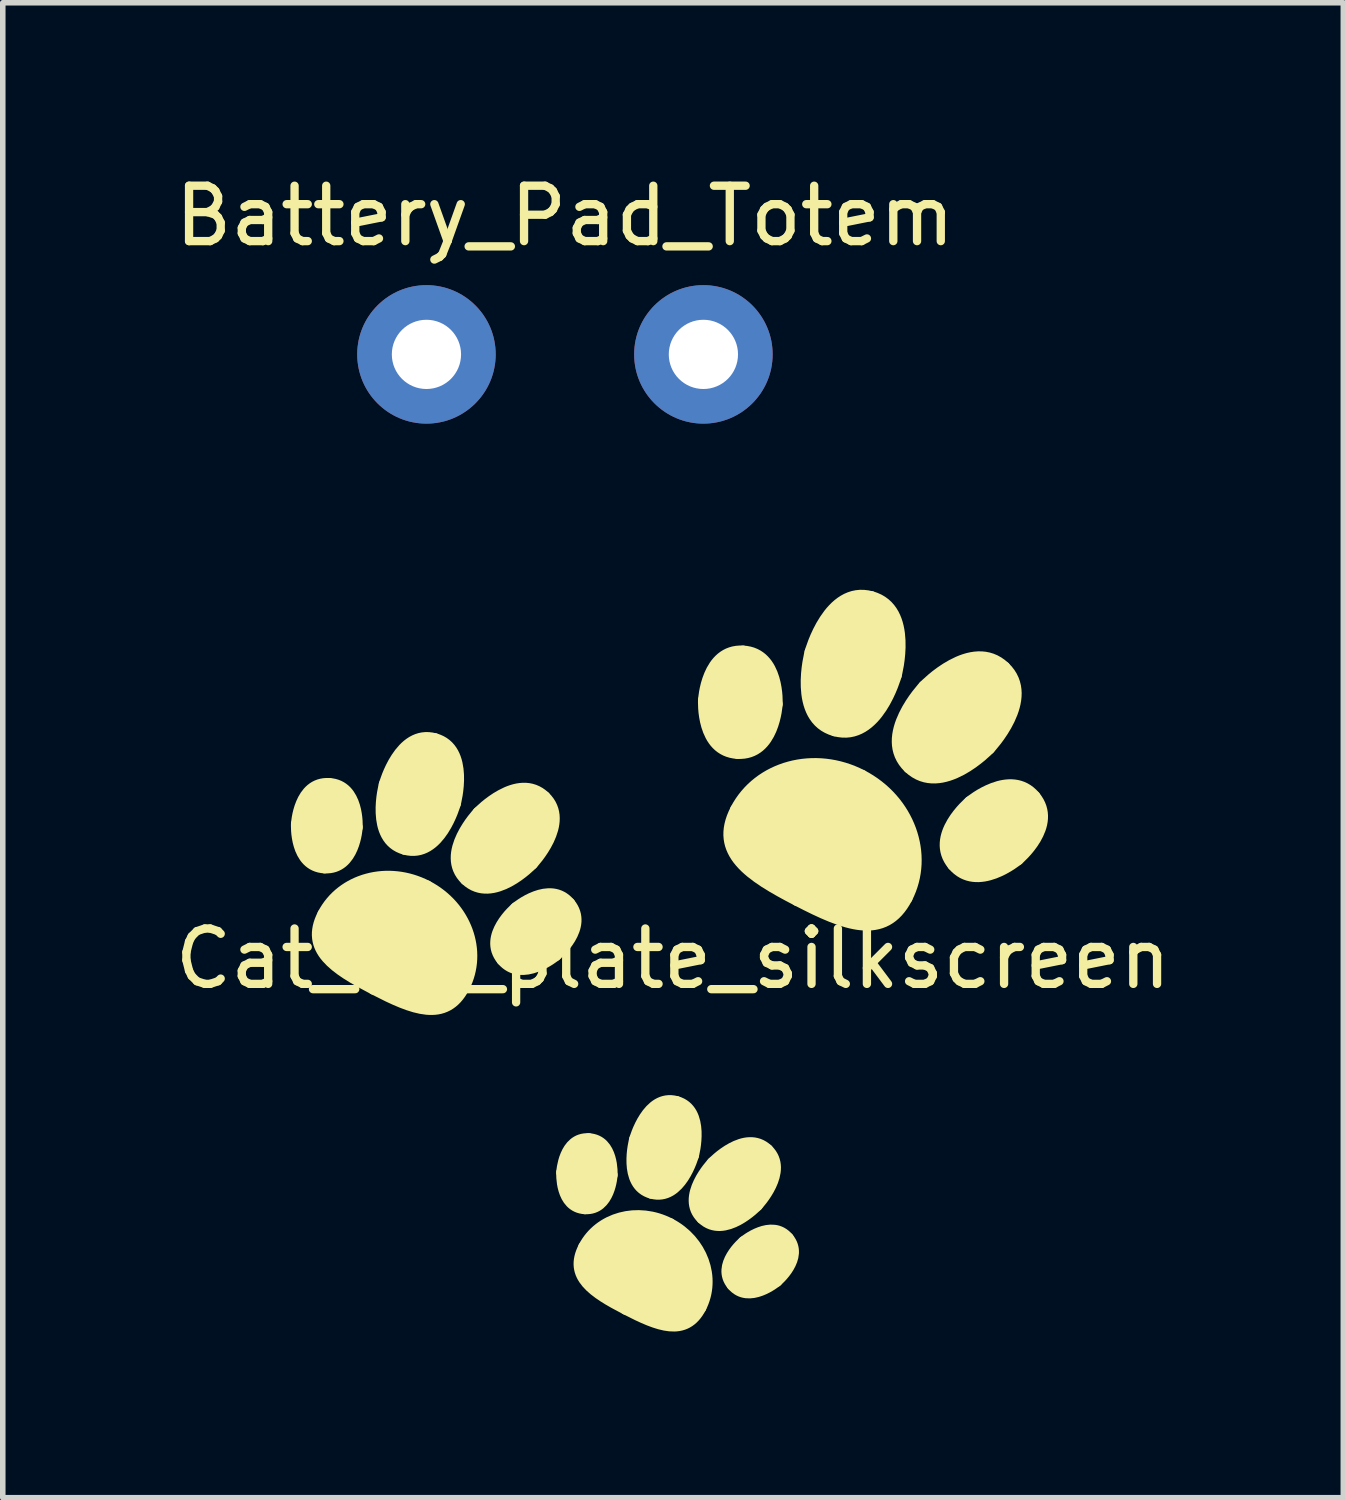
<source format=kicad_pcb>
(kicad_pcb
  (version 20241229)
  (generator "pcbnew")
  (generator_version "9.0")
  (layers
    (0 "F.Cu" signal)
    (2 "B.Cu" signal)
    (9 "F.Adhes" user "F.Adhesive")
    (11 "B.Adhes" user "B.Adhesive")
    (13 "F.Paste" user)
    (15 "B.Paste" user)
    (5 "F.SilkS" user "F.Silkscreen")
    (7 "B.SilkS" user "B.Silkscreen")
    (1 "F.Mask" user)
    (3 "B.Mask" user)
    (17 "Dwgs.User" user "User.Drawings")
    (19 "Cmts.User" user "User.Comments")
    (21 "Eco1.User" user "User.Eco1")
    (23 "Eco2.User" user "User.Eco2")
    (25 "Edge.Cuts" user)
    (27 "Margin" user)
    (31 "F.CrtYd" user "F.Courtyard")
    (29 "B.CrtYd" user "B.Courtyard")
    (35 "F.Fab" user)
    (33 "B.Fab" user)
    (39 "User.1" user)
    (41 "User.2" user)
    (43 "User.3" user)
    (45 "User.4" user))
  (footprint "Battery_Pad_Totem"
    (layer "F.Cu")
    (at 7.149 3.348)
    (property "Reference" "Battery_Pad_Totem" (at 0 -2.5 0) (unlocked yes) (layer "F.SilkS") (effects (font (size 1 1) (thickness 0.15))))
    (attr through_hole)
    (pad "1" thru_hole circle (at -2.5 0) (size 2.5 2.5) (drill 1.25) (layers "*.Cu" "*.Mask"))
    (pad "2" thru_hole circle (at 2.5 0) (size 2.5 2.5) (drill 1.25) (layers "*.Cu" "*.Mask")))
  (footprint "Cat_60_plate_silkscreen"
    (layer "F.Cu")
    (at 9.101 14.758)
    (property "Reference" "Cat_60_plate_silkscreen" (at 0 -0.5 0) (unlocked yes) (layer "F.SilkS") (effects (font (size 1 1) (thickness 0.15))))
    (fp_poly (pts (xy -1.25 3.025) (xy -1.15 3.406) (xy -1.275 3.75) (xy -1.589 3.95) (xy -1.85 3.75) (xy -1.95 3.358) (xy -1.85 3.05) (xy -1.521 2.825)) (stroke (width 0.15) (type solid)) (fill yes) (layer "F.SilkS"))
    (fp_poly (pts (xy 2.05 4.975) (xy 1.85 5.275) (xy 1.45 5.425) (xy 1.1 5.375) (xy 1.05 5.075) (xy 1.275 4.675) (xy 1.65 4.525) (xy 2.05 4.575)) (stroke (width 0.15) (type solid)) (fill yes) (layer "F.SilkS"))
    (fp_poly (pts (xy 0.275 2.4) (xy 0.35 2.7) (xy 0.3 3.053) (xy 0.125 3.375) (xy -0.075 3.6) (xy -0.39 3.675) (xy -0.575 3.5) (xy -0.675 3.15) (xy -0.65 2.762) (xy -0.425 2.375) (xy -0.225 2.2) (xy 0.064 2.15)) (stroke (width 0.15) (type solid)) (fill yes) (layer "F.SilkS"))
    (fp_poly (pts (xy 1.625 -5.825) (xy 1.8 -5.475) (xy 1.879 -5.094) (xy 1.75 -4.675) (xy 1.5 -4.35) (xy 1.165 -4.207) (xy 0.875 -4.375) (xy 0.65 -4.725) (xy 0.575 -5.166) (xy 0.75 -5.675) (xy 0.95 -5.925) (xy 1.264 -6.053)) (stroke (width 0.15) (type solid)) (fill yes) (layer "F.SilkS"))
    (fp_poly (pts (xy 1.75 3.325) (xy 1.65 3.631) (xy 1.5 3.875) (xy 1.249 4.125) (xy 0.85 4.225) (xy 0.55 4.125) (xy 0.45 3.814) (xy 0.55 3.525) (xy 0.75 3.225) (xy 1.05 3.025) (xy 1.35 2.925) (xy 1.65 2.975)) (stroke (width 0.15) (type solid)) (fill yes) (layer "F.SilkS"))
    (fp_poly (pts (xy 6.6 -3.175) (xy 6.6 -2.9) (xy 6.45 -2.6) (xy 6.229 -2.325) (xy 6 -2.175) (xy 5.75 -2.075) (xy 5.45 -2.025) (xy 5.275 -2.05) (xy 5.075 -2.192) (xy 4.975 -2.475) (xy 5.05 -2.825) (xy 5.15 -3.027) (xy 5.355 -3.3) (xy 5.65 -3.45) (xy 5.95 -3.575) (xy 6.175 -3.575) (xy 6.35 -3.525) (xy 6.5 -3.43)) (stroke (width 0.15) (type solid)) (fill yes) (layer "F.SilkS"))
    (fp_poly (pts (xy 3.65 -3.625) (xy 3.925 -3.325) (xy 4.225 -2.825) (xy 4.35 -2.125) (xy 4.2 -1.593) (xy 3.9 -1.275) (xy 3.525 -1.15) (xy 3.15 -1.2) (xy 2.8 -1.325) (xy 2.24 -1.6) (xy 1.525 -2.025) (xy 1.225 -2.325) (xy 1.075 -2.75) (xy 1.175 -3.194) (xy 1.5 -3.575) (xy 1.85 -3.8) (xy 2.275 -3.925) (xy 2.6 -3.975) (xy 2.9 -3.925) (xy 3.375 -3.775)) (stroke (width 0.15) (type solid)) (fill yes) (layer "F.SilkS"))
    (fp_poly (pts (xy 3.915 -6.765) (xy 4.045 -6.345) (xy 4.055 -6.035) (xy 3.935 -5.485) (xy 3.765 -5.105) (xy 3.405 -4.695) (xy 2.92 -4.615) (xy 2.735 -4.705) (xy 2.55 -4.885) (xy 2.45 -5.105) (xy 2.405 -5.355) (xy 2.405 -5.595) (xy 2.435 -5.825) (xy 2.475 -6.038) (xy 2.565 -6.275) (xy 2.655 -6.459) (xy 2.774 -6.65) (xy 2.925 -6.825) (xy 3.125 -6.975) (xy 3.375 -7.05) (xy 3.583 -7.035)) (stroke (width 0.15) (type solid)) (fill yes) (layer "F.SilkS"))
    (fp_poly (pts (xy -6.05 -3.575) (xy -5.925 -3.475) (xy -5.85 -3.35) (xy -5.8 -3.2) (xy -5.75 -3.05) (xy -5.75 -2.871) (xy -5.775 -2.685) (xy -5.85 -2.525) (xy -5.95 -2.375) (xy -6.05 -2.275) (xy -6.147 -2.2) (xy -6.291 -2.175) (xy -6.45 -2.225) (xy -6.558 -2.35) (xy -6.675 -2.525) (xy -6.75 -2.725) (xy -6.75 -2.925) (xy -6.7 -3.175) (xy -6.625 -3.375) (xy -6.5 -3.525) (xy -6.375 -3.6) (xy -6.21 -3.625)) (stroke (width 0.15) (type solid)) (fill yes) (layer "F.SilkS"))
    (fp_poly (pts (xy -4.075 -1.475) (xy -3.825 -1.075) (xy -3.725 -0.625) (xy -3.7 -0.375) (xy -3.825 0.016) (xy -4.075 0.275) (xy -4.4 0.35) (xy -4.85 0.25) (xy -5.15 0.125) (xy -5.405 0) (xy -5.775 -0.225) (xy -6.05 -0.425) (xy -6.25 -0.65) (xy -6.35 -0.85) (xy -6.35 -1.075) (xy -6.275 -1.305) (xy -6.15 -1.475) (xy -6.025 -1.6) (xy -5.775 -1.775) (xy -5.425 -1.9) (xy -5.1 -1.925) (xy -4.8 -1.9) (xy -4.44 -1.75)) (stroke (width 0.15) (type solid)) (fill yes) (layer "F.SilkS"))
    (fp_poly (pts (xy -1.85 -1.375) (xy -1.825 -1.225) (xy -1.825 -1.075) (xy -1.9 -0.95) (xy -1.975 -0.825) (xy -2.1 -0.675) (xy -2.25 -0.55) (xy -2.45 -0.425) (xy -2.625 -0.375) (xy -2.825 -0.375) (xy -2.95 -0.45) (xy -3.075 -0.575) (xy -3.125 -0.725) (xy -3.125 -0.875) (xy -3.05 -1.075) (xy -2.95 -1.225) (xy -2.837 -1.375) (xy -2.65 -1.5) (xy -2.5 -1.575) (xy -2.325 -1.625) (xy -2.15 -1.625) (xy -2.025 -1.575) (xy -1.925 -1.499)) (stroke (width 0.15) (type solid)) (fill yes) (layer "F.SilkS"))
    (fp_poly (pts (xy -0.375 4.2) (xy -0.075 4.325) (xy 0.2 4.525) (xy 0.375 4.75) (xy 0.525 5.125) (xy 0.55 5.4) (xy 0.475 5.725) (xy 0.35 5.925) (xy 0.15 6.05) (xy -0.025 6.1) (xy -0.225 6.075) (xy -0.5 5.975) (xy -0.775 5.85) (xy -1.05 5.7) (xy -1.3 5.55) (xy -1.525 5.325) (xy -1.625 5.125) (xy -1.625 4.9) (xy -1.55 4.67) (xy -1.4 4.475) (xy -1.125 4.275) (xy -0.875 4.2) (xy -0.625 4.175)) (stroke (width 0.15) (type solid)) (fill yes) (layer "F.SilkS"))
    (fp_poly (pts (xy 5.775 -5.875) (xy 5.925 -5.8) (xy 6.05 -5.65) (xy 6.15 -5.4) (xy 6.125 -5.05) (xy 6 -4.75) (xy 5.75 -4.375) (xy 5.425 -4.075) (xy 5.05 -3.875) (xy 4.75 -3.8) (xy 4.475 -3.85) (xy 4.256 -4) (xy 4.15 -4.125) (xy 4.1 -4.325) (xy 4.1 -4.6) (xy 4.175 -4.8) (xy 4.35 -5.125) (xy 4.529 -5.375) (xy 4.75 -5.575) (xy 4.9 -5.7) (xy 5.075 -5.8) (xy 5.275 -5.875) (xy 5.45 -5.925) (xy 5.625 -5.925)) (stroke (width 0.15) (type solid)) (fill yes) (layer "F.SilkS"))
    (fp_poly (pts (xy -4.15 -4.35) (xy -4.05 -4.225) (xy -3.975 -4.075) (xy -3.95 -3.875) (xy -3.95 -3.65) (xy -3.975 -3.45) (xy -4.025 -3.25) (xy -4.1 -3.075) (xy -4.175 -2.9) (xy -4.25 -2.8) (xy -4.375 -2.65) (xy -4.525 -2.55) (xy -4.7 -2.525) (xy -4.875 -2.55) (xy -5.025 -2.65) (xy -5.125 -2.8) (xy -5.2 -3) (xy -5.2 -3.2) (xy -5.175 -3.375) (xy -5.15 -3.55) (xy -5.1 -3.725) (xy -5.025 -3.9) (xy -4.95 -4.05) (xy -4.85 -4.2) (xy -4.7 -4.35) (xy -4.55 -4.425) (xy -4.425 -4.45) (xy -4.298 -4.425)) (stroke (width 0.15) (type solid)) (fill yes) (layer "F.SilkS"))
    (fp_poly (pts (xy -2.5 -3.5) (xy -2.35 -3.424) (xy -2.275 -3.3) (xy -2.2 -3.15) (xy -2.2 -3.01) (xy -2.25 -2.785) (xy -2.325 -2.625) (xy -2.4 -2.475) (xy -2.5 -2.325) (xy -2.625 -2.175) (xy -2.75 -2.075) (xy -2.925 -1.95) (xy -3.075 -1.875) (xy -3.2 -1.85) (xy -3.317 -1.825) (xy -3.467 -1.825) (xy -3.625 -1.9) (xy -3.775 -2.025) (xy -3.85 -2.225) (xy -3.85 -2.45) (xy -3.775 -2.675) (xy -3.65 -2.9) (xy -3.525 -3.05) (xy -3.4 -3.185) (xy -3.275 -3.3) (xy -3.125 -3.4) (xy -2.975 -3.475) (xy -2.825 -3.525) (xy -2.675 -3.55)) (stroke (width 0.15) (type solid)) (fill yes) (layer "F.SilkS"))
    (fp_curve (pts (xy -6.798 -2.93) (xy -6.798 -2.93) (xy -6.839 -2.169) (xy -6.291 -2.14)) (stroke (width 0.2) (type solid)) (layer "F.SilkS"))
    (fp_curve (pts (xy -6.32 -1.305) (xy -5.985 -1.95) (xy -5.144 -2.178) (xy -4.44 -1.813)) (stroke (width 0.2) (type solid)) (layer "F.SilkS"))
    (fp_curve (pts (xy -6.291 -2.14) (xy -5.744 -2.111) (xy -5.703 -2.871) (xy -5.703 -2.871)) (stroke (width 0.2) (type solid)) (layer "F.SilkS"))
    (fp_curve (pts (xy -6.21 -3.662) (xy -6.758 -3.691) (xy -6.798 -2.93) (xy -6.798 -2.93)) (stroke (width 0.2) (type solid)) (layer "F.SilkS"))
    (fp_curve (pts (xy -5.703 -2.871) (xy -5.703 -2.871) (xy -5.662 -3.632) (xy -6.21 -3.662)) (stroke (width 0.2) (type solid)) (layer "F.SilkS"))
    (fp_curve (pts (xy -5.405 0.051) (xy -6.109 -0.314) (xy -6.654 -0.66) (xy -6.32 -1.305)) (stroke (width 0.2) (type solid)) (layer "F.SilkS"))
    (fp_curve (pts (xy -5.212 -3.649) (xy -5.212 -3.649) (xy -5.485 -2.651) (xy -4.845 -2.476)) (stroke (width 0.2) (type solid)) (layer "F.SilkS"))
    (fp_curve (pts (xy -4.845 -2.476) (xy -4.205 -2.3) (xy -3.931 -3.298) (xy -3.931 -3.298)) (stroke (width 0.2) (type solid)) (layer "F.SilkS"))
    (fp_curve (pts (xy -4.44 -1.813) (xy -3.736 -1.449) (xy -3.436 -0.63) (xy -3.771 0.016)) (stroke (width 0.2) (type solid)) (layer "F.SilkS"))
    (fp_curve (pts (xy -4.298 -4.471) (xy -4.938 -4.647) (xy -5.212 -3.649) (xy -5.212 -3.649)) (stroke (width 0.2) (type solid)) (layer "F.SilkS"))
    (fp_curve (pts (xy -3.931 -3.298) (xy -3.931 -3.298) (xy -3.657 -4.296) (xy -4.298 -4.471)) (stroke (width 0.2) (type solid)) (layer "F.SilkS"))
    (fp_curve (pts (xy -3.771 0.016) (xy -4.105 0.661) (xy -4.701 0.416) (xy -5.405 0.051)) (stroke (width 0.2) (type solid)) (layer "F.SilkS"))
    (fp_curve (pts (xy -3.743 -1.926) (xy -3.255 -1.461) (xy -2.542 -2.21) (xy -2.542 -2.21)) (stroke (width 0.2) (type solid)) (layer "F.SilkS"))
    (fp_curve (pts (xy -3.518 -3.14) (xy -3.518 -3.14) (xy -4.231 -2.391) (xy -3.743 -1.926)) (stroke (width 0.2) (type solid)) (layer "F.SilkS"))
    (fp_curve (pts (xy -3.087 -0.478) (xy -2.727 -0.048) (xy -2.116 -0.558) (xy -2.116 -0.558)) (stroke (width 0.2) (type solid)) (layer "F.SilkS"))
    (fp_curve (pts (xy -2.837 -1.419) (xy -2.837 -1.419) (xy -3.447 -0.909) (xy -3.087 -0.478)) (stroke (width 0.2) (type solid)) (layer "F.SilkS"))
    (fp_curve (pts (xy -2.542 -2.21) (xy -2.542 -2.21) (xy -1.828 -2.959) (xy -2.316 -3.424)) (stroke (width 0.2) (type solid)) (layer "F.SilkS"))
    (fp_curve (pts (xy -2.316 -3.424) (xy -2.804 -3.889) (xy -3.518 -3.14) (xy -3.518 -3.14)) (stroke (width 0.2) (type solid)) (layer "F.SilkS"))
    (fp_curve (pts (xy -2.116 -0.558) (xy -2.116 -0.558) (xy -1.506 -1.068) (xy -1.866 -1.499)) (stroke (width 0.2) (type solid)) (layer "F.SilkS"))
    (fp_curve (pts (xy -2.009 3.358) (xy -2.009 3.358) (xy -2.043 3.989) (xy -1.589 4.013)) (stroke (width 0.2) (type solid)) (layer "F.SilkS"))
    (fp_curve (pts (xy -1.866 -1.499) (xy -2.227 -1.93) (xy -2.837 -1.419) (xy -2.837 -1.419)) (stroke (width 0.2) (type solid)) (layer "F.SilkS"))
    (fp_curve (pts (xy -1.612 4.705) (xy -1.335 4.17) (xy -0.637 3.981) (xy -0.054 4.284)) (stroke (width 0.2) (type solid)) (layer "F.SilkS"))
    (fp_curve (pts (xy -1.589 4.013) (xy -1.135 4.037) (xy -1.101 3.406) (xy -1.101 3.406)) (stroke (width 0.2) (type solid)) (layer "F.SilkS"))
    (fp_curve (pts (xy -1.521 2.751) (xy -1.975 2.727) (xy -2.009 3.358) (xy -2.009 3.358)) (stroke (width 0.2) (type solid)) (layer "F.SilkS"))
    (fp_curve (pts (xy -1.101 3.406) (xy -1.101 3.406) (xy -1.067 2.776) (xy -1.521 2.751)) (stroke (width 0.2) (type solid)) (layer "F.SilkS"))
    (fp_curve (pts (xy -0.854 5.829) (xy -1.438 5.527) (xy -1.889 5.24) (xy -1.612 4.705)) (stroke (width 0.2) (type solid)) (layer "F.SilkS"))
    (fp_curve (pts (xy -0.693 2.762) (xy -0.693 2.762) (xy -0.92 3.589) (xy -0.39 3.734)) (stroke (width 0.2) (type solid)) (layer "F.SilkS"))
    (fp_curve (pts (xy -0.39 3.734) (xy 0.141 3.88) (xy 0.368 3.053) (xy 0.368 3.053)) (stroke (width 0.2) (type solid)) (layer "F.SilkS"))
    (fp_curve (pts (xy -0.054 4.284) (xy 0.53 4.586) (xy 0.778 5.265) (xy 0.501 5.8)) (stroke (width 0.2) (type solid)) (layer "F.SilkS"))
    (fp_curve (pts (xy 0.064 2.08) (xy -0.467 1.935) (xy -0.693 2.762) (xy -0.693 2.762)) (stroke (width 0.2) (type solid)) (layer "F.SilkS"))
    (fp_curve (pts (xy 0.368 3.053) (xy 0.368 3.053) (xy 0.595 2.226) (xy 0.064 2.08)) (stroke (width 0.2) (type solid)) (layer "F.SilkS"))
    (fp_curve (pts (xy 0.501 5.8) (xy 0.224 6.334) (xy -0.271 6.131) (xy -0.854 5.829)) (stroke (width 0.2) (type solid)) (layer "F.SilkS"))
    (fp_curve (pts (xy 0.524 4.19) (xy 0.928 4.576) (xy 1.52 3.955) (xy 1.52 3.955)) (stroke (width 0.2) (type solid)) (layer "F.SilkS"))
    (fp_curve (pts (xy 0.551 -5.166) (xy 0.551 -5.166) (xy 0.501 -4.243) (xy 1.165 -4.207)) (stroke (width 0.2) (type solid)) (layer "F.SilkS"))
    (fp_curve (pts (xy 0.711 3.184) (xy 0.711 3.184) (xy 0.119 3.805) (xy 0.524 4.19)) (stroke (width 0.2) (type solid)) (layer "F.SilkS"))
    (fp_curve (pts (xy 1.068 5.39) (xy 1.366 5.747) (xy 1.872 5.324) (xy 1.872 5.324)) (stroke (width 0.2) (type solid)) (layer "F.SilkS"))
    (fp_curve (pts (xy 1.131 -3.194) (xy 1.537 -3.977) (xy 2.557 -4.253) (xy 3.411 -3.811)) (stroke (width 0.2) (type solid)) (layer "F.SilkS"))
    (fp_curve (pts (xy 1.165 -4.207) (xy 1.829 -4.171) (xy 1.879 -5.094) (xy 1.879 -5.094)) (stroke (width 0.2) (type solid)) (layer "F.SilkS"))
    (fp_curve (pts (xy 1.264 -6.053) (xy 0.6 -6.089) (xy 0.551 -5.166) (xy 0.551 -5.166)) (stroke (width 0.2) (type solid)) (layer "F.SilkS"))
    (fp_curve (pts (xy 1.275 4.61) (xy 1.275 4.61) (xy 0.769 5.033) (xy 1.068 5.39)) (stroke (width 0.2) (type solid)) (layer "F.SilkS"))
    (fp_curve (pts (xy 1.52 3.955) (xy 1.52 3.955) (xy 2.111 3.334) (xy 1.707 2.948)) (stroke (width 0.2) (type solid)) (layer "F.SilkS"))
    (fp_curve (pts (xy 1.707 2.948) (xy 1.302 2.563) (xy 0.711 3.184) (xy 0.711 3.184)) (stroke (width 0.2) (type solid)) (layer "F.SilkS"))
    (fp_curve (pts (xy 1.872 5.324) (xy 1.872 5.324) (xy 2.378 4.901) (xy 2.079 4.544)) (stroke (width 0.2) (type solid)) (layer "F.SilkS"))
    (fp_curve (pts (xy 1.879 -5.094) (xy 1.879 -5.094) (xy 1.928 -6.017) (xy 1.264 -6.053)) (stroke (width 0.2) (type solid)) (layer "F.SilkS"))
    (fp_curve (pts (xy 2.079 4.544) (xy 1.781 4.187) (xy 1.275 4.61) (xy 1.275 4.61)) (stroke (width 0.2) (type solid)) (layer "F.SilkS"))
    (fp_curve (pts (xy 2.24 -1.55) (xy 1.386 -1.992) (xy 0.726 -2.412) (xy 1.131 -3.194)) (stroke (width 0.2) (type solid)) (layer "F.SilkS"))
    (fp_curve (pts (xy 2.475 -6.038) (xy 2.475 -6.038) (xy 2.143 -4.828) (xy 2.92 -4.615)) (stroke (width 0.2) (type solid)) (layer "F.SilkS"))
    (fp_curve (pts (xy 2.92 -4.615) (xy 3.696 -4.402) (xy 4.028 -5.612) (xy 4.028 -5.612)) (stroke (width 0.2) (type solid)) (layer "F.SilkS"))
    (fp_curve (pts (xy 3.411 -3.811) (xy 4.265 -3.369) (xy 4.628 -2.376) (xy 4.223 -1.593)) (stroke (width 0.2) (type solid)) (layer "F.SilkS"))
    (fp_curve (pts (xy 3.583 -7.035) (xy 2.807 -7.248) (xy 2.475 -6.038) (xy 2.475 -6.038)) (stroke (width 0.2) (type solid)) (layer "F.SilkS"))
    (fp_curve (pts (xy 4.028 -5.612) (xy 4.028 -5.612) (xy 4.36 -6.822) (xy 3.583 -7.035)) (stroke (width 0.2) (type solid)) (layer "F.SilkS"))
    (fp_curve (pts (xy 4.223 -1.593) (xy 3.817 -0.81) (xy 3.094 -1.108) (xy 2.24 -1.55)) (stroke (width 0.2) (type solid)) (layer "F.SilkS"))
    (fp_curve (pts (xy 4.256 -3.948) (xy 4.848 -3.384) (xy 5.713 -4.292) (xy 5.713 -4.292)) (stroke (width 0.2) (type solid)) (layer "F.SilkS"))
    (fp_curve (pts (xy 4.529 -5.42) (xy 4.529 -5.42) (xy 3.664 -4.512) (xy 4.256 -3.948)) (stroke (width 0.2) (type solid)) (layer "F.SilkS"))
    (fp_curve (pts (xy 5.052 -2.192) (xy 5.489 -1.669) (xy 6.229 -2.288) (xy 6.229 -2.288)) (stroke (width 0.2) (type solid)) (layer "F.SilkS"))
    (fp_curve (pts (xy 5.355 -3.333) (xy 5.355 -3.333) (xy 4.615 -2.714) (xy 5.052 -2.192)) (stroke (width 0.2) (type solid)) (layer "F.SilkS"))
    (fp_curve (pts (xy 5.713 -4.292) (xy 5.713 -4.292) (xy 6.579 -5.2) (xy 5.987 -5.764)) (stroke (width 0.2) (type solid)) (layer "F.SilkS"))
    (fp_curve (pts (xy 5.987 -5.764) (xy 5.395 -6.329) (xy 4.529 -5.42) (xy 4.529 -5.42)) (stroke (width 0.2) (type solid)) (layer "F.SilkS"))
    (fp_curve (pts (xy 6.229 -2.288) (xy 6.229 -2.288) (xy 6.969 -2.907) (xy 6.532 -3.43)) (stroke (width 0.2) (type solid)) (layer "F.SilkS"))
    (fp_curve (pts (xy 6.532 -3.43) (xy 6.095 -3.952) (xy 5.355 -3.333) (xy 5.355 -3.333)) (stroke (width 0.2) (type solid)) (layer "F.SilkS")))
  (gr_rect
    (start -3 -3)
    (end 21.202 23.989)
    (stroke (width 0.1) (type default))
    (fill no)
    (layer "Edge.Cuts")))
</source>
